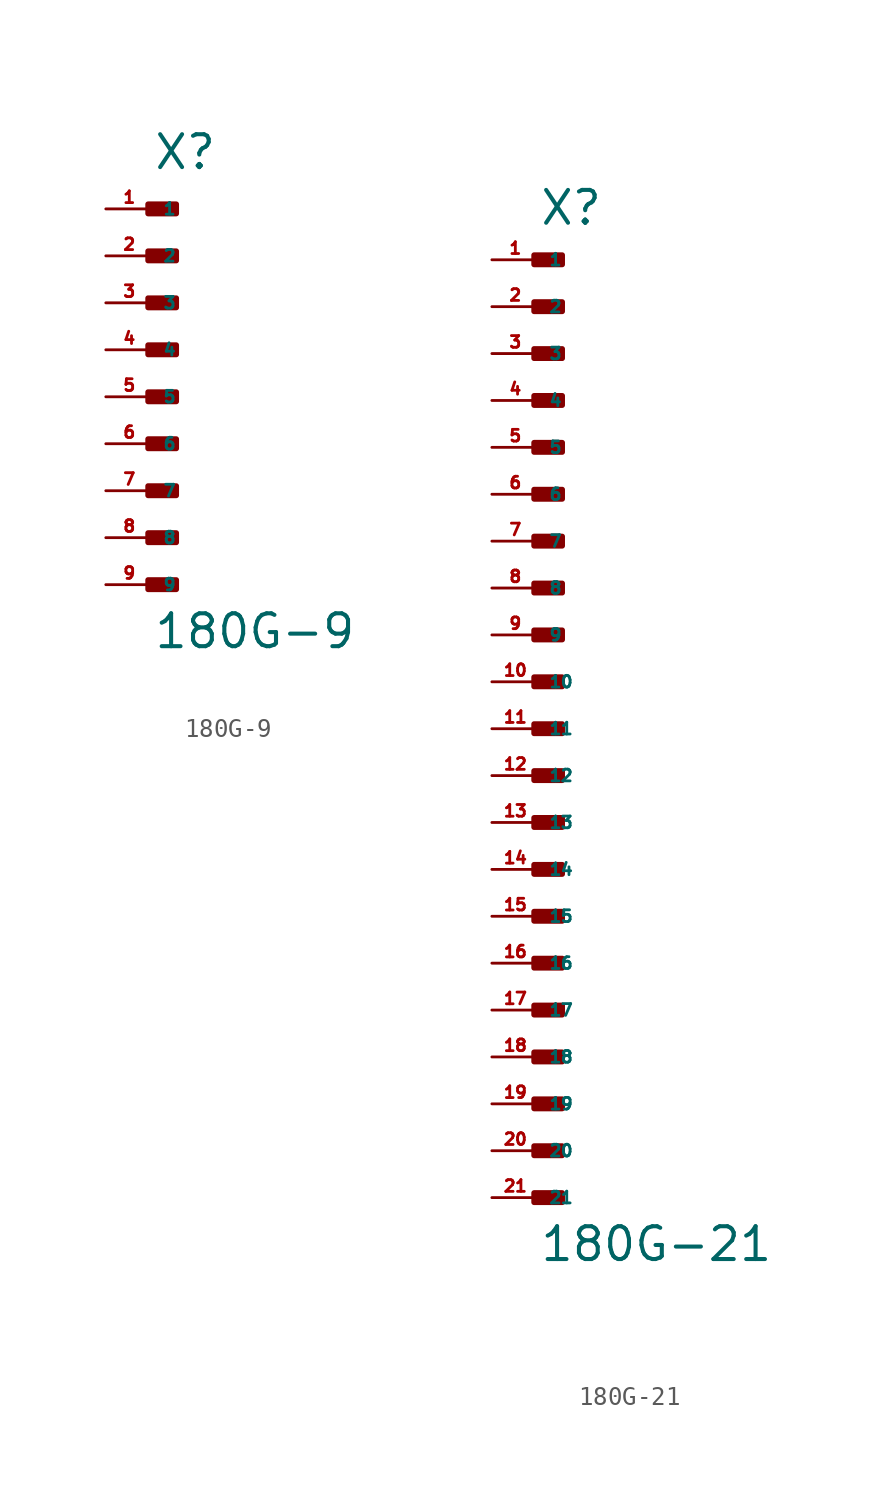
<source format=kicad_sym>
(kicad_symbol_lib
  (version 20220914)
  (generator Eagle2Kicad)
  (symbol "180G-9"
    (property "Reference" "X"
      (at 0 12.192 0)
      (effects (font (size 1.778 1.778) (thickness 0.22)) (justify left bottom)))
    (property "Value" "180G-9"
      (at 0 -13.716 0)
      (effects (font (size 1.778 1.778) (thickness 0.22)) (justify left bottom)))
    (rectangle
      (start -0.254 9.906)
      (end 1.27 10.414)
      (stroke (width 0.3) (type default))
      (fill (type outline)))
    (rectangle
      (start -0.254 7.366)
      (end 1.27 7.874)
      (stroke (width 0.3) (type default))
      (fill (type outline)))
    (rectangle
      (start -0.254 4.826)
      (end 1.27 5.334)
      (stroke (width 0.3) (type default))
      (fill (type outline)))
    (rectangle
      (start -0.254 2.286)
      (end 1.27 2.794)
      (stroke (width 0.3) (type default))
      (fill (type outline)))
    (rectangle
      (start -0.254 -0.254)
      (end 1.27 0.254)
      (stroke (width 0.3) (type default))
      (fill (type outline)))
    (rectangle
      (start -0.254 -2.794)
      (end 1.27 -2.286)
      (stroke (width 0.3) (type default))
      (fill (type outline)))
    (rectangle
      (start -0.254 -5.334)
      (end 1.27 -4.826)
      (stroke (width 0.3) (type default))
      (fill (type outline)))
    (rectangle
      (start -0.254 -7.874)
      (end 1.27 -7.366)
      (stroke (width 0.3) (type default))
      (fill (type outline)))
    (rectangle
      (start -0.254 -10.414)
      (end 1.27 -9.906)
      (stroke (width 0.3) (type default))
      (fill (type outline)))
    (pin passive line
      (at -2.54 10.16 0)
      (length 2.54)
      (name "1" (effects (font (size 0.635 0.635) (thickness 0.08)) (justify left bottom)))
      (number "1" (effects (font (size 0.635 0.635) (thickness 0.08)) (justify left bottom))))
    (pin passive line
      (at -2.54 7.62 0)
      (length 2.54)
      (name "2" (effects (font (size 0.635 0.635) (thickness 0.08)) (justify left bottom)))
      (number "2" (effects (font (size 0.635 0.635) (thickness 0.08)) (justify left bottom))))
    (pin passive line
      (at -2.54 5.08 0)
      (length 2.54)
      (name "3" (effects (font (size 0.635 0.635) (thickness 0.08)) (justify left bottom)))
      (number "3" (effects (font (size 0.635 0.635) (thickness 0.08)) (justify left bottom))))
    (pin passive line
      (at -2.54 2.54 0)
      (length 2.54)
      (name "4" (effects (font (size 0.635 0.635) (thickness 0.08)) (justify left bottom)))
      (number "4" (effects (font (size 0.635 0.635) (thickness 0.08)) (justify left bottom))))
    (pin passive line
      (at -2.54 0 0)
      (length 2.54)
      (name "5" (effects (font (size 0.635 0.635) (thickness 0.08)) (justify left bottom)))
      (number "5" (effects (font (size 0.635 0.635) (thickness 0.08)) (justify left bottom))))
    (pin passive line
      (at -2.54 -2.54 0)
      (length 2.54)
      (name "6" (effects (font (size 0.635 0.635) (thickness 0.08)) (justify left bottom)))
      (number "6" (effects (font (size 0.635 0.635) (thickness 0.08)) (justify left bottom))))
    (pin passive line
      (at -2.54 -5.08 0)
      (length 2.54)
      (name "7" (effects (font (size 0.635 0.635) (thickness 0.08)) (justify left bottom)))
      (number "7" (effects (font (size 0.635 0.635) (thickness 0.08)) (justify left bottom))))
    (pin passive line
      (at -2.54 -7.62 0)
      (length 2.54)
      (name "8" (effects (font (size 0.635 0.635) (thickness 0.08)) (justify left bottom)))
      (number "8" (effects (font (size 0.635 0.635) (thickness 0.08)) (justify left bottom))))
    (pin passive line
      (at -2.54 -10.16 0)
      (length 2.54)
      (name "9" (effects (font (size 0.635 0.635) (thickness 0.08)) (justify left bottom)))
      (number "9" (effects (font (size 0.635 0.635) (thickness 0.08)) (justify left bottom)))))
  (symbol "180G-21"
    (property "Reference" "X"
      (at 0 27.178 0)
      (effects (font (size 1.778 1.778) (thickness 0.22)) (justify left bottom)))
    (property "Value" "180G-21"
      (at 0 -28.956 0)
      (effects (font (size 1.778 1.778) (thickness 0.22)) (justify left bottom)))
    (rectangle
      (start -0.254 25.146)
      (end 1.27 25.654)
      (stroke (width 0.3) (type default))
      (fill (type outline)))
    (rectangle
      (start -0.254 22.606)
      (end 1.27 23.114)
      (stroke (width 0.3) (type default))
      (fill (type outline)))
    (rectangle
      (start -0.254 20.066)
      (end 1.27 20.574)
      (stroke (width 0.3) (type default))
      (fill (type outline)))
    (rectangle
      (start -0.254 17.526)
      (end 1.27 18.034)
      (stroke (width 0.3) (type default))
      (fill (type outline)))
    (rectangle
      (start -0.254 14.986)
      (end 1.27 15.494)
      (stroke (width 0.3) (type default))
      (fill (type outline)))
    (rectangle
      (start -0.254 12.446)
      (end 1.27 12.954)
      (stroke (width 0.3) (type default))
      (fill (type outline)))
    (rectangle
      (start -0.254 9.906)
      (end 1.27 10.414)
      (stroke (width 0.3) (type default))
      (fill (type outline)))
    (rectangle
      (start -0.254 7.366)
      (end 1.27 7.874)
      (stroke (width 0.3) (type default))
      (fill (type outline)))
    (rectangle
      (start -0.254 4.826)
      (end 1.27 5.334)
      (stroke (width 0.3) (type default))
      (fill (type outline)))
    (rectangle
      (start -0.254 2.286)
      (end 1.27 2.794)
      (stroke (width 0.3) (type default))
      (fill (type outline)))
    (rectangle
      (start -0.254 -0.254)
      (end 1.27 0.254)
      (stroke (width 0.3) (type default))
      (fill (type outline)))
    (rectangle
      (start -0.254 -2.794)
      (end 1.27 -2.286)
      (stroke (width 0.3) (type default))
      (fill (type outline)))
    (rectangle
      (start -0.254 -5.334)
      (end 1.27 -4.826)
      (stroke (width 0.3) (type default))
      (fill (type outline)))
    (rectangle
      (start -0.254 -7.874)
      (end 1.27 -7.366)
      (stroke (width 0.3) (type default))
      (fill (type outline)))
    (rectangle
      (start -0.254 -10.414)
      (end 1.27 -9.906)
      (stroke (width 0.3) (type default))
      (fill (type outline)))
    (rectangle
      (start -0.254 -12.954)
      (end 1.27 -12.446)
      (stroke (width 0.3) (type default))
      (fill (type outline)))
    (rectangle
      (start -0.254 -15.494)
      (end 1.27 -14.986)
      (stroke (width 0.3) (type default))
      (fill (type outline)))
    (rectangle
      (start -0.254 -18.034)
      (end 1.27 -17.526)
      (stroke (width 0.3) (type default))
      (fill (type outline)))
    (rectangle
      (start -0.254 -20.574)
      (end 1.27 -20.066)
      (stroke (width 0.3) (type default))
      (fill (type outline)))
    (rectangle
      (start -0.254 -23.114)
      (end 1.27 -22.606)
      (stroke (width 0.3) (type default))
      (fill (type outline)))
    (rectangle
      (start -0.254 -25.654)
      (end 1.27 -25.146)
      (stroke (width 0.3) (type default))
      (fill (type outline)))
    (pin passive line
      (at -2.54 25.4 0)
      (length 2.54)
      (name "1" (effects (font (size 0.635 0.635) (thickness 0.08)) (justify left bottom)))
      (number "1" (effects (font (size 0.635 0.635) (thickness 0.08)) (justify left bottom))))
    (pin passive line
      (at -2.54 22.86 0)
      (length 2.54)
      (name "2" (effects (font (size 0.635 0.635) (thickness 0.08)) (justify left bottom)))
      (number "2" (effects (font (size 0.635 0.635) (thickness 0.08)) (justify left bottom))))
    (pin passive line
      (at -2.54 20.32 0)
      (length 2.54)
      (name "3" (effects (font (size 0.635 0.635) (thickness 0.08)) (justify left bottom)))
      (number "3" (effects (font (size 0.635 0.635) (thickness 0.08)) (justify left bottom))))
    (pin passive line
      (at -2.54 17.78 0)
      (length 2.54)
      (name "4" (effects (font (size 0.635 0.635) (thickness 0.08)) (justify left bottom)))
      (number "4" (effects (font (size 0.635 0.635) (thickness 0.08)) (justify left bottom))))
    (pin passive line
      (at -2.54 15.24 0)
      (length 2.54)
      (name "5" (effects (font (size 0.635 0.635) (thickness 0.08)) (justify left bottom)))
      (number "5" (effects (font (size 0.635 0.635) (thickness 0.08)) (justify left bottom))))
    (pin passive line
      (at -2.54 12.7 0)
      (length 2.54)
      (name "6" (effects (font (size 0.635 0.635) (thickness 0.08)) (justify left bottom)))
      (number "6" (effects (font (size 0.635 0.635) (thickness 0.08)) (justify left bottom))))
    (pin passive line
      (at -2.54 10.16 0)
      (length 2.54)
      (name "7" (effects (font (size 0.635 0.635) (thickness 0.08)) (justify left bottom)))
      (number "7" (effects (font (size 0.635 0.635) (thickness 0.08)) (justify left bottom))))
    (pin passive line
      (at -2.54 7.62 0)
      (length 2.54)
      (name "8" (effects (font (size 0.635 0.635) (thickness 0.08)) (justify left bottom)))
      (number "8" (effects (font (size 0.635 0.635) (thickness 0.08)) (justify left bottom))))
    (pin passive line
      (at -2.54 5.08 0)
      (length 2.54)
      (name "9" (effects (font (size 0.635 0.635) (thickness 0.08)) (justify left bottom)))
      (number "9" (effects (font (size 0.635 0.635) (thickness 0.08)) (justify left bottom))))
    (pin passive line
      (at -2.54 2.54 0)
      (length 2.54)
      (name "10" (effects (font (size 0.635 0.635) (thickness 0.08)) (justify left bottom)))
      (number "10" (effects (font (size 0.635 0.635) (thickness 0.08)) (justify left bottom))))
    (pin passive line
      (at -2.54 0 0)
      (length 2.54)
      (name "11" (effects (font (size 0.635 0.635) (thickness 0.08)) (justify left bottom)))
      (number "11" (effects (font (size 0.635 0.635) (thickness 0.08)) (justify left bottom))))
    (pin passive line
      (at -2.54 -2.54 0)
      (length 2.54)
      (name "12" (effects (font (size 0.635 0.635) (thickness 0.08)) (justify left bottom)))
      (number "12" (effects (font (size 0.635 0.635) (thickness 0.08)) (justify left bottom))))
    (pin passive line
      (at -2.54 -5.08 0)
      (length 2.54)
      (name "13" (effects (font (size 0.635 0.635) (thickness 0.08)) (justify left bottom)))
      (number "13" (effects (font (size 0.635 0.635) (thickness 0.08)) (justify left bottom))))
    (pin passive line
      (at -2.54 -7.62 0)
      (length 2.54)
      (name "14" (effects (font (size 0.635 0.635) (thickness 0.08)) (justify left bottom)))
      (number "14" (effects (font (size 0.635 0.635) (thickness 0.08)) (justify left bottom))))
    (pin passive line
      (at -2.54 -10.16 0)
      (length 2.54)
      (name "15" (effects (font (size 0.635 0.635) (thickness 0.08)) (justify left bottom)))
      (number "15" (effects (font (size 0.635 0.635) (thickness 0.08)) (justify left bottom))))
    (pin passive line
      (at -2.54 -12.7 0)
      (length 2.54)
      (name "16" (effects (font (size 0.635 0.635) (thickness 0.08)) (justify left bottom)))
      (number "16" (effects (font (size 0.635 0.635) (thickness 0.08)) (justify left bottom))))
    (pin passive line
      (at -2.54 -15.24 0)
      (length 2.54)
      (name "17" (effects (font (size 0.635 0.635) (thickness 0.08)) (justify left bottom)))
      (number "17" (effects (font (size 0.635 0.635) (thickness 0.08)) (justify left bottom))))
    (pin passive line
      (at -2.54 -17.78 0)
      (length 2.54)
      (name "18" (effects (font (size 0.635 0.635) (thickness 0.08)) (justify left bottom)))
      (number "18" (effects (font (size 0.635 0.635) (thickness 0.08)) (justify left bottom))))
    (pin passive line
      (at -2.54 -20.32 0)
      (length 2.54)
      (name "19" (effects (font (size 0.635 0.635) (thickness 0.08)) (justify left bottom)))
      (number "19" (effects (font (size 0.635 0.635) (thickness 0.08)) (justify left bottom))))
    (pin passive line
      (at -2.54 -22.86 0)
      (length 2.54)
      (name "20" (effects (font (size 0.635 0.635) (thickness 0.08)) (justify left bottom)))
      (number "20" (effects (font (size 0.635 0.635) (thickness 0.08)) (justify left bottom))))
    (pin passive line
      (at -2.54 -25.4 0)
      (length 2.54)
      (name "21" (effects (font (size 0.635 0.635) (thickness 0.08)) (justify left bottom)))
      (number "21" (effects (font (size 0.635 0.635) (thickness 0.08)) (justify left bottom))))))
</source>
